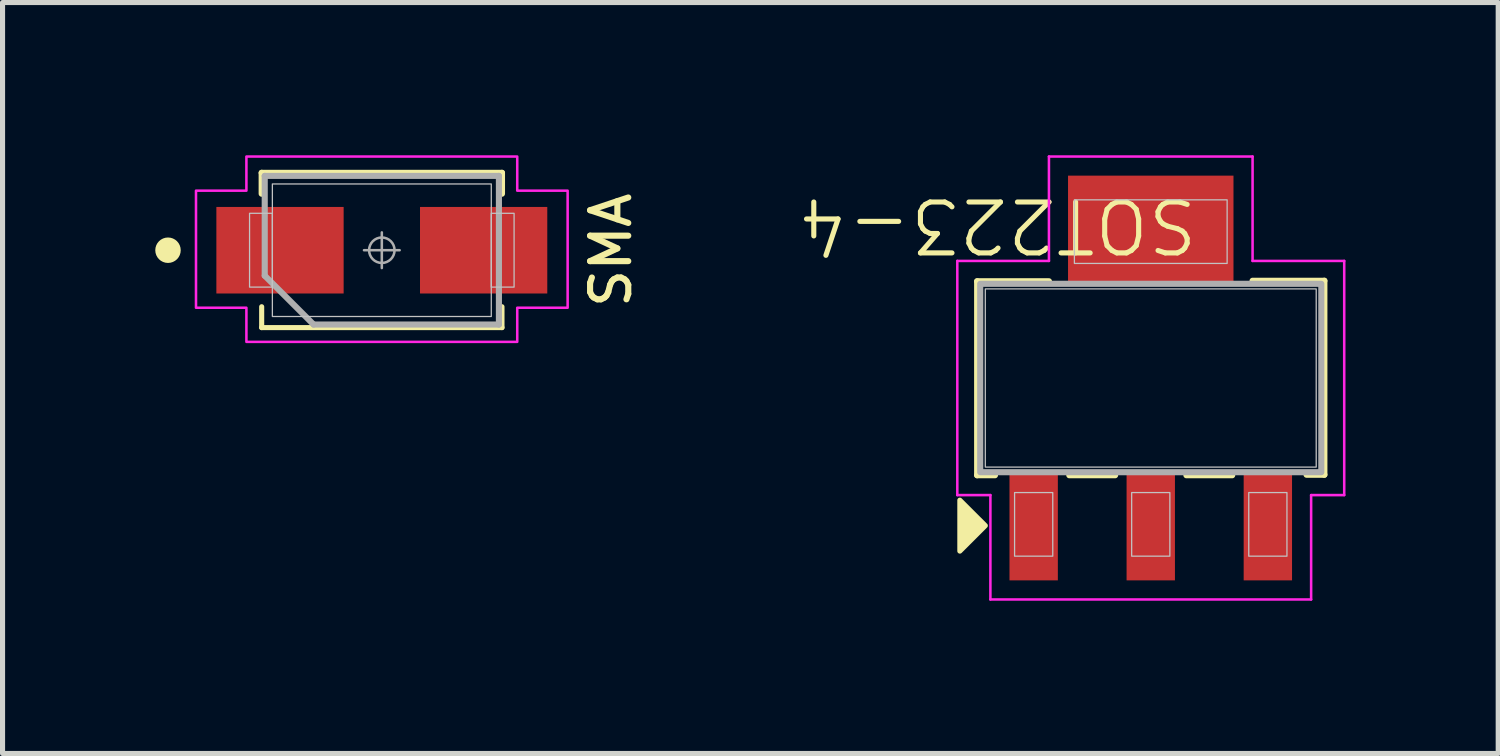
<source format=kicad_pcb>
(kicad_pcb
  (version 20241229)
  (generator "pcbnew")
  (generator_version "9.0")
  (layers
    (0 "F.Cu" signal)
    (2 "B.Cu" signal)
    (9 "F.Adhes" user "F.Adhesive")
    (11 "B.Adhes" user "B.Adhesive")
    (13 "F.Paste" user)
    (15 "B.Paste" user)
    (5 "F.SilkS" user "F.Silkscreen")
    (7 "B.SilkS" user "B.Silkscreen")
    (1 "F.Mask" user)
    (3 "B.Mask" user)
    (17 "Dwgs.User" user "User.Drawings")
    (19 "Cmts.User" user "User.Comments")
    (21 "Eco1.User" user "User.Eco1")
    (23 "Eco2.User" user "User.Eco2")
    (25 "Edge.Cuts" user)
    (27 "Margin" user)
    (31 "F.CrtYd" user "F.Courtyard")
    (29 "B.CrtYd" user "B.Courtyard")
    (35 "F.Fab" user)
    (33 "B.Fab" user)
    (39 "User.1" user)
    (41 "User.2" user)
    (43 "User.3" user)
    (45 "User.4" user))
  (footprint "SOT223-4"
    (layer "F.Cu")
    (at 19.554 4.375)
    (property "Reference" "SOT223-4" (at -3 -3 180) (unlocked yes) (layer "F.SilkS") (effects (font (size 1 1) (thickness 0.1))))
    (attr smd)
    (fp_line (start -3.41 -1.9) (end -3.41 1.91) (stroke (width 0.12) (type default)) (layer "F.SilkS"))
    (fp_line (start -3.41 -1.9) (end -2 -1.9) (stroke (width 0.12) (type default)) (layer "F.SilkS"))
    (fp_line (start -3.41 1.91) (end -3.06 1.91) (stroke (width 0.12) (type default)) (layer "F.SilkS"))
    (fp_line (start -1.6 1.91) (end -0.7 1.91) (stroke (width 0.12) (type default)) (layer "F.SilkS"))
    (fp_line (start 0.7 1.91) (end 1.6 1.91) (stroke (width 0.12) (type default)) (layer "F.SilkS"))
    (fp_line (start 2 -1.91) (end 3.41 -1.91) (stroke (width 0.12) (type default)) (layer "F.SilkS"))
    (fp_line (start 3.41 -1.91) (end 3.41 1.9) (stroke (width 0.12) (type default)) (layer "F.SilkS"))
    (fp_line (start 3.41 1.9) (end 3.06 1.9) (stroke (width 0.12) (type default)) (layer "F.SilkS"))
    (fp_poly (pts (xy -3.75 2.4) (xy -3.75 3.4) (xy -3.25 2.9)) (stroke (width 0.1) (type solid)) (fill yes) (layer "F.SilkS"))
    (fp_rect (start -3.25 -1.75) (end 3.25 1.75) (stroke (width 0.025) (type default)) (fill no) (layer "Dwgs.User"))
    (fp_rect (start -2.675 2.25) (end -1.925 3.5) (stroke (width 0.025) (type default)) (fill no) (layer "Dwgs.User"))
    (fp_rect (start -1.5 -3.5) (end 1.5 -2.25) (stroke (width 0.025) (type default)) (fill no) (layer "Dwgs.User"))
    (fp_rect (start -0.375 2.25) (end 0.375 3.5) (stroke (width 0.025) (type default)) (fill no) (layer "Dwgs.User"))
    (fp_rect (start 1.925 2.25) (end 2.675 3.5) (stroke (width 0.025) (type default)) (fill no) (layer "Dwgs.User"))
    (fp_line (start -3.8 -2.3) (end -2 -2.3) (stroke (width 0.05) (type default)) (layer "F.CrtYd"))
    (fp_line (start -3.8 2.3) (end -3.8 -2.3) (stroke (width 0.05) (type default)) (layer "F.CrtYd"))
    (fp_line (start -3.15 2.3) (end -3.8 2.3) (stroke (width 0.05) (type default)) (layer "F.CrtYd"))
    (fp_line (start -3.15 4.35) (end -3.15 2.3) (stroke (width 0.05) (type default)) (layer "F.CrtYd"))
    (fp_line (start -2 -4.35) (end 2 -4.35) (stroke (width 0.05) (type default)) (layer "F.CrtYd"))
    (fp_line (start -2 -2.3) (end -2 -4.35) (stroke (width 0.05) (type default)) (layer "F.CrtYd"))
    (fp_line (start 2 -4.35) (end 2 -2.3) (stroke (width 0.05) (type default)) (layer "F.CrtYd"))
    (fp_line (start 2 -2.3) (end 3.8 -2.3) (stroke (width 0.05) (type default)) (layer "F.CrtYd"))
    (fp_line (start 3.15 2.3) (end 3.15 4.35) (stroke (width 0.05) (type default)) (layer "F.CrtYd"))
    (fp_line (start 3.15 4.35) (end -3.15 4.35) (stroke (width 0.05) (type default)) (layer "F.CrtYd"))
    (fp_line (start 3.8 -2.3) (end 3.8 2.3) (stroke (width 0.05) (type default)) (layer "F.CrtYd"))
    (fp_line (start 3.8 2.3) (end 3.15 2.3) (stroke (width 0.05) (type default)) (layer "F.CrtYd"))
    (fp_rect (start -3.35 -1.85) (end 3.35 1.85) (stroke (width 0.12) (type default)) (fill no) (layer "F.Fab"))
    (pad "1" smd rect (at -2.3 2.9) (size 0.95 2.15) (layers "F.Cu" "F.Mask" "F.Paste"))
    (pad "2" smd rect (at 0 2.9) (size 0.95 2.15) (layers "F.Cu" "F.Mask" "F.Paste"))
    (pad "3" smd rect (at 2.3 2.9) (size 0.95 2.15) (layers "F.Cu" "F.Mask" "F.Paste"))
    (pad "4" smd rect (at 0 -2.9) (size 3.25 2.15) (layers "F.Cu" "F.Mask" "F.Paste")))
  (footprint "SMA"
    (layer "F.Cu")
    (at 4.45 1.865)
    (property "Reference" "SMA" (at 4.5 0 270) (layer "F.SilkS") (effects (font (size 0.75 0.75) (thickness 0.12))))
    (attr smd)
    (fp_line (start -2.36 -1.52) (end -2.36 -1.11) (stroke (width 0.12) (type default)) (layer "F.SilkS"))
    (fp_line (start -2.36 -1.52) (end 2.36 -1.52) (stroke (width 0.12) (type default)) (layer "F.SilkS"))
    (fp_line (start -2.36 1.52) (end -2.36 1.11) (stroke (width 0.1) (type default)) (layer "F.SilkS"))
    (fp_line (start 2.36 -1.52) (end 2.36 -1.11) (stroke (width 0.12) (type default)) (layer "F.SilkS"))
    (fp_line (start 2.36 1.11) (end 2.36 1.52) (stroke (width 0.1) (type default)) (layer "F.SilkS"))
    (fp_line (start 2.36 1.52) (end -2.36 1.52) (stroke (width 0.1) (type default)) (layer "F.SilkS"))
    (fp_circle (center -4.2 0) (end -4 0) (stroke (width 0.1) (type solid)) (fill yes) (layer "F.SilkS"))
    (fp_rect (start -2.598 -0.725) (end -2.15 0.725) (stroke (width 0.025) (type default)) (fill no) (layer "Dwgs.User"))
    (fp_rect (start -2.15 -1.302) (end 2.15 1.302) (stroke (width 0.025) (type default)) (fill no) (layer "Dwgs.User"))
    (fp_rect (start 2.15 -0.725) (end 2.598 0.725) (stroke (width 0.025) (type default)) (fill no) (layer "Dwgs.User"))
    (fp_poly (pts (xy -2.66 -1.84) (xy 2.66 -1.84) (xy 2.66 -1.17) (xy 3.65 -1.17) (xy 3.65 1.13) (xy 2.66 1.13) (xy 2.66 1.8) (xy -2.66 1.8) (xy -2.66 1.13) (xy -3.65 1.13) (xy -3.65 -1.17) (xy -2.66 -1.17)) (stroke (width 0.05) (type solid)) (fill no) (layer "F.CrtYd"))
    (fp_line (start -2.3 -1.46) (end -2.3 0.5) (stroke (width 0.12) (type default)) (layer "F.Fab"))
    (fp_line (start -2.3 -1.46) (end 2.3 -1.46) (stroke (width 0.12) (type default)) (layer "F.Fab"))
    (fp_line (start -2.3 0.5) (end -1.34 1.46) (stroke (width 0.12) (type default)) (layer "F.Fab"))
    (fp_line (start 0 -0.35) (end 0 0.35) (stroke (width 0.05) (type solid)) (layer "F.Fab"))
    (fp_line (start 0.35 0) (end -0.35 0) (stroke (width 0.05) (type solid)) (layer "F.Fab"))
    (fp_line (start 2.3 -1.46) (end 2.3 1.46) (stroke (width 0.12) (type default)) (layer "F.Fab"))
    (fp_line (start 2.3 1.46) (end -1.34 1.46) (stroke (width 0.12) (type default)) (layer "F.Fab"))
    (fp_circle (center 0 0) (end 0.25 0) (stroke (width 0.05) (type solid)) (fill no) (layer "F.Fab"))
    (pad "1" smd rect (at -2 0) (size 2.5 1.7) (layers "F.Cu" "F.Mask" "F.Paste"))
    (pad "2" smd rect (at 2 0) (size 2.5 1.7) (layers "F.Cu" "F.Mask" "F.Paste")))
  (gr_rect
    (start -3 -3)
    (end 26.379 11.75)
    (stroke (width 0.1) (type default))
    (fill no)
    (layer "Edge.Cuts")))
</source>
